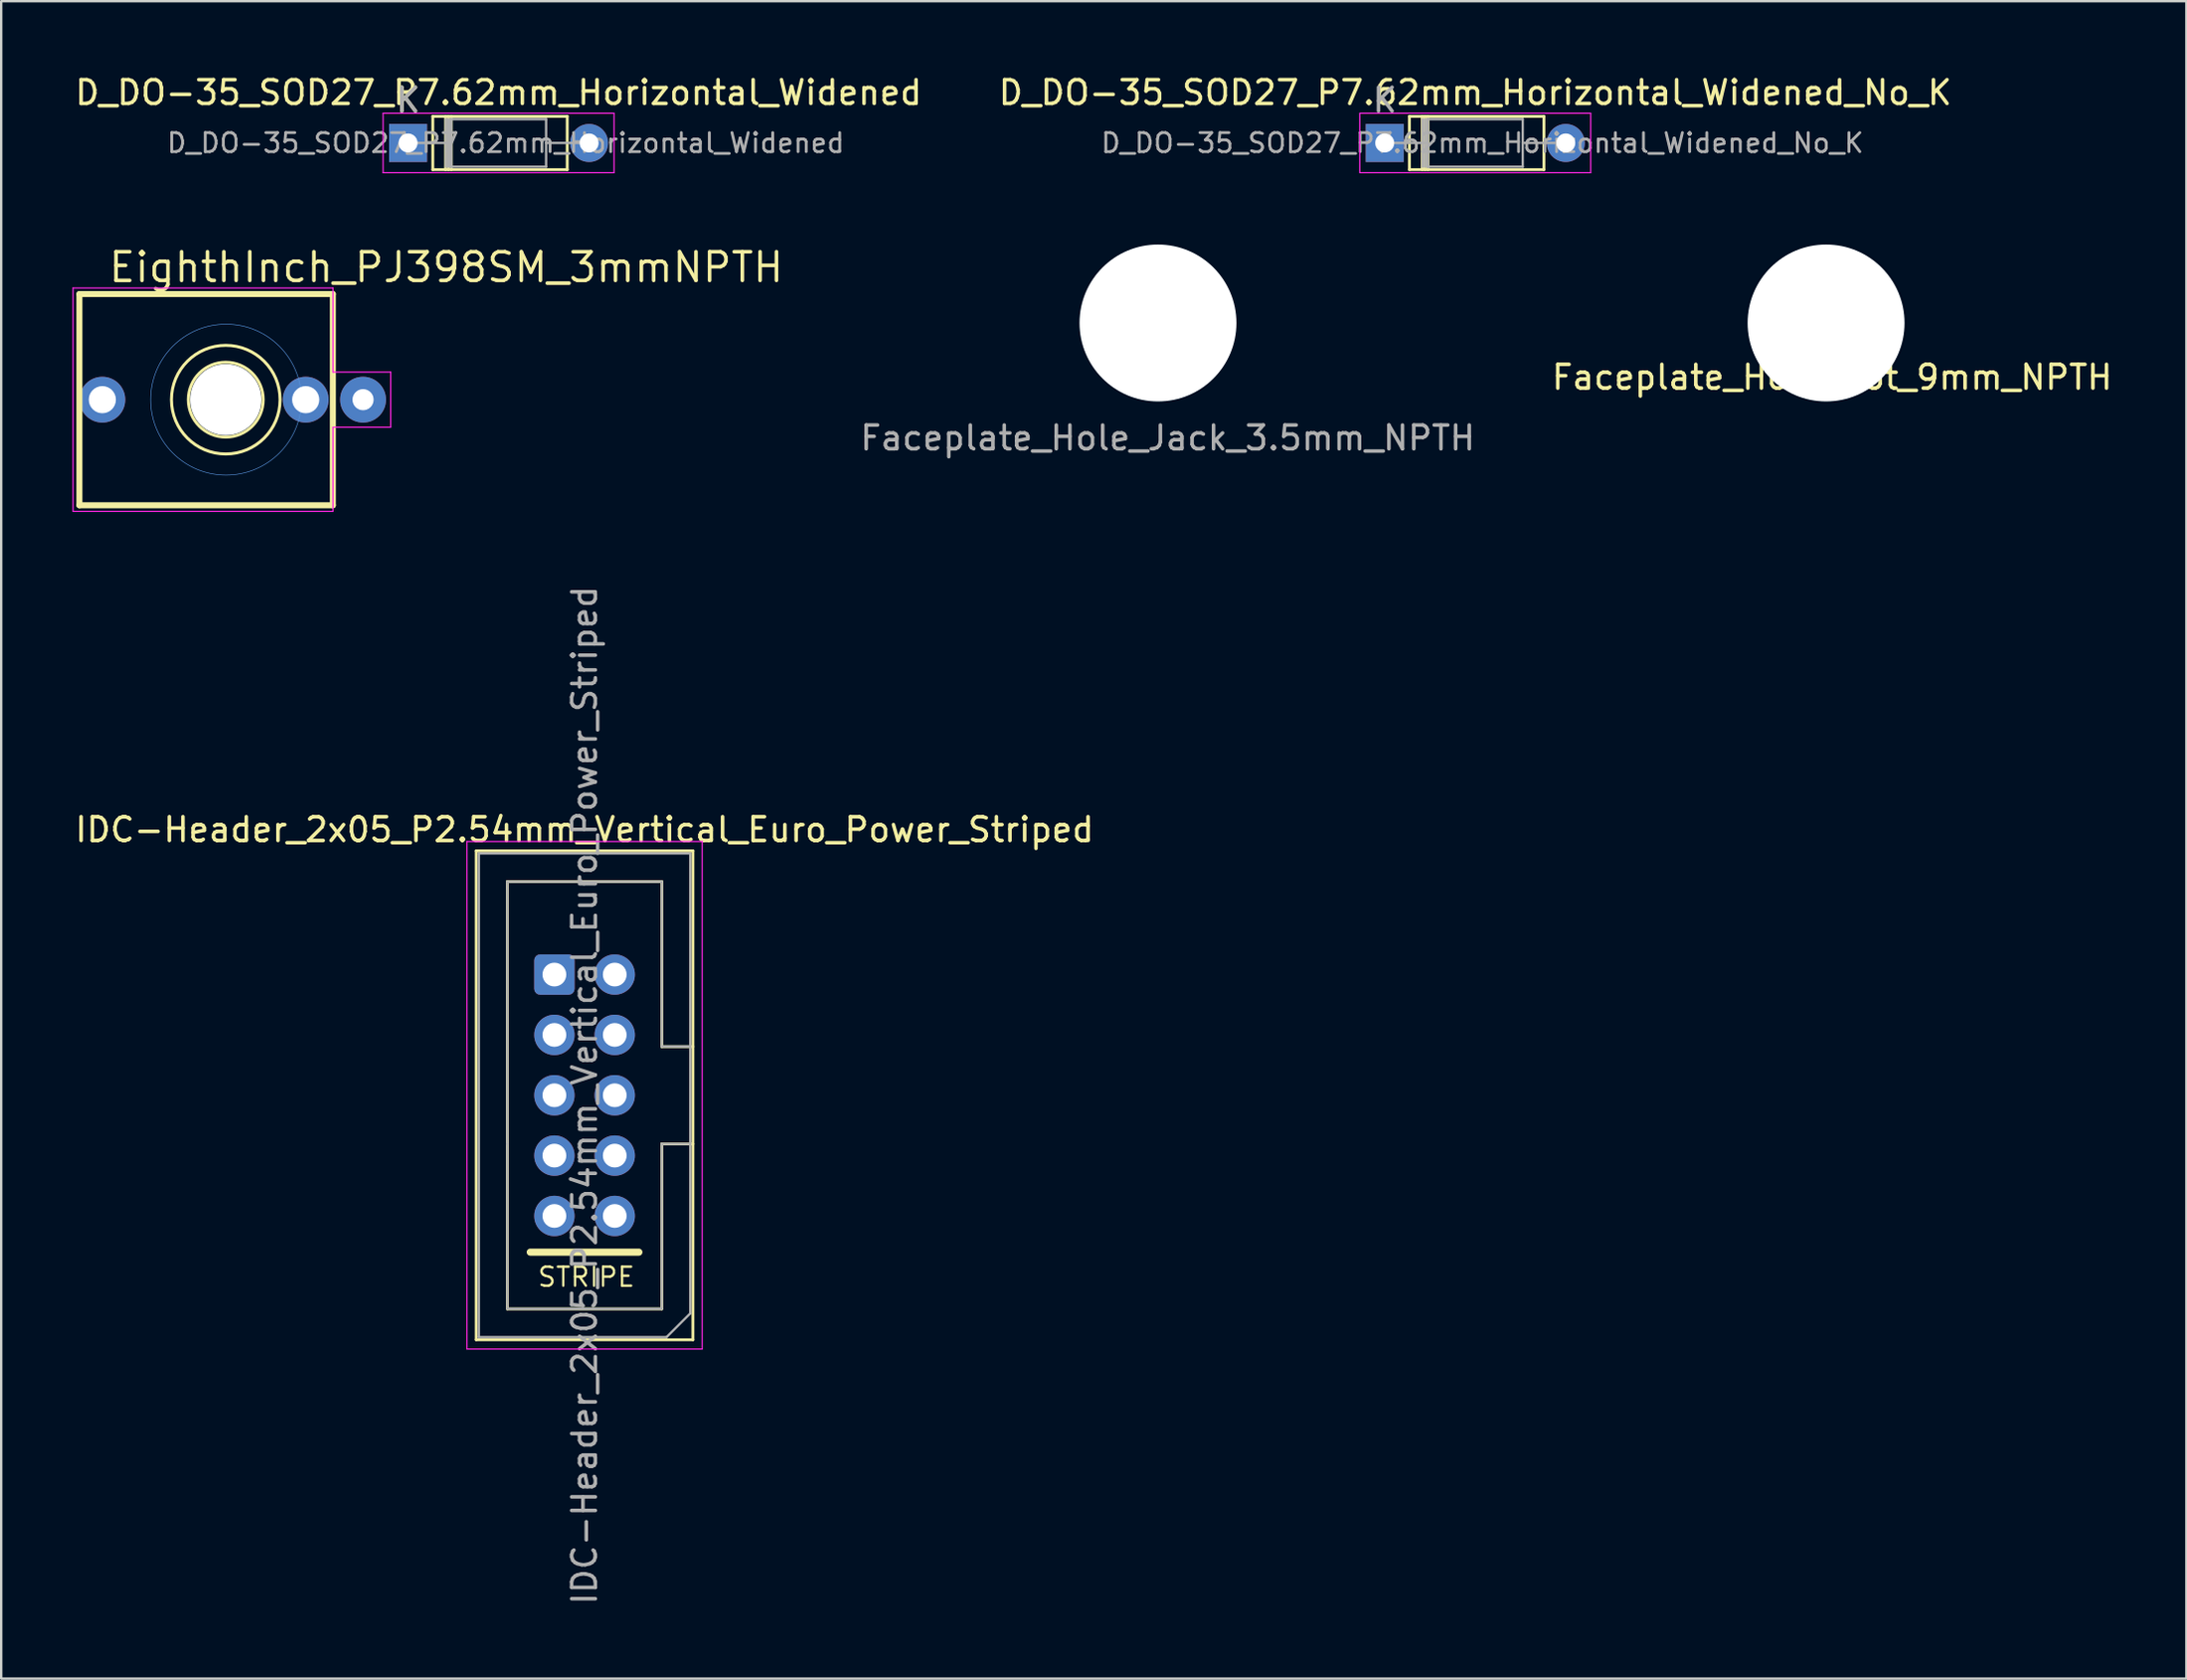
<source format=kicad_pcb>
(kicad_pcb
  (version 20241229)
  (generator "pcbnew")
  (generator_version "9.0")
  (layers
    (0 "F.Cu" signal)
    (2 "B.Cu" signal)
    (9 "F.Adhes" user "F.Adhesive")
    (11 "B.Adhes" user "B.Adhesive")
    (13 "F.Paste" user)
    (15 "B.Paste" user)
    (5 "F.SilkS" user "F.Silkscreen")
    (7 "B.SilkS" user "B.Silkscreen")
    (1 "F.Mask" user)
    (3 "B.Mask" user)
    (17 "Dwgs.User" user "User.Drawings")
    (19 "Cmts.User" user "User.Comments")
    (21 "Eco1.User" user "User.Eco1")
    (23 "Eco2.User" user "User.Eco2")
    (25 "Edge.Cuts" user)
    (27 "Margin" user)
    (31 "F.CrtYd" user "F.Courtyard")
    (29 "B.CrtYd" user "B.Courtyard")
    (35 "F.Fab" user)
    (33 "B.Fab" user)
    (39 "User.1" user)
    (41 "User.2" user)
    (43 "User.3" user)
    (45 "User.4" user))
  (footprint "IDC-Header_2x05_P2.54mm_Vertical_Euro_Power_Striped"
    (layer "F.Cu")
    (at 20.284 37.972)
    (property "Reference" "IDC-Header_2x05_P2.54mm_Vertical_Euro_Power_Striped" (at 1.27 -6.1 0) (layer "F.SilkS") (effects (font (size 1 1) (thickness 0.15))))
    (attr through_hole)
    (fp_line (start -3.29 -5.21) (end 5.83 -5.21) (stroke (width 0.12) (type solid)) (layer "F.SilkS"))
    (fp_line (start -3.29 15.37) (end -3.29 -5.21) (stroke (width 0.12) (type solid)) (layer "F.SilkS"))
    (fp_line (start -1.98 -3.91) (end 4.52 -3.91) (stroke (width 0.12) (type solid)) (layer "F.SilkS"))
    (fp_line (start -1.98 7.13) (end -1.98 7.13) (stroke (width 0.12) (type solid)) (layer "F.SilkS"))
    (fp_line (start -1.98 14.07) (end -1.98 -3.91) (stroke (width 0.12) (type solid)) (layer "F.SilkS"))
    (fp_line (start -1.016 11.684) (end 3.556 11.684) (stroke (width 0.3) (type default)) (layer "F.SilkS"))
    (fp_line (start 4.52 -3.91) (end 4.52 3.03) (stroke (width 0.12) (type solid)) (layer "F.SilkS"))
    (fp_line (start 4.52 3.03) (end 5.83 3.03) (stroke (width 0.12) (type solid)) (layer "F.SilkS"))
    (fp_line (start 4.52 7.13) (end 4.52 14.07) (stroke (width 0.12) (type solid)) (layer "F.SilkS"))
    (fp_line (start 4.52 14.07) (end -1.98 14.07) (stroke (width 0.12) (type solid)) (layer "F.SilkS"))
    (fp_line (start 5.83 -5.21) (end 5.83 15.37) (stroke (width 0.12) (type solid)) (layer "F.SilkS"))
    (fp_line (start 5.83 7.13) (end 4.52 7.13) (stroke (width 0.12) (type solid)) (layer "F.SilkS"))
    (fp_line (start 5.83 15.37) (end -3.29 15.37) (stroke (width 0.12) (type solid)) (layer "F.SilkS"))
    (fp_line (start -3.68 -5.6) (end -3.68 15.76) (stroke (width 0.05) (type solid)) (layer "F.CrtYd"))
    (fp_line (start -3.68 15.76) (end 6.22 15.76) (stroke (width 0.05) (type solid)) (layer "F.CrtYd"))
    (fp_line (start 6.22 -5.6) (end -3.68 -5.6) (stroke (width 0.05) (type solid)) (layer "F.CrtYd"))
    (fp_line (start 6.22 15.76) (end 6.22 -5.6) (stroke (width 0.05) (type solid)) (layer "F.CrtYd"))
    (fp_line (start -3.18 -5.1) (end 5.72 -5.1) (stroke (width 0.1) (type solid)) (layer "F.Fab"))
    (fp_line (start -3.18 15.26) (end -3.18 -5.1) (stroke (width 0.1) (type solid)) (layer "F.Fab"))
    (fp_line (start -1.98 -3.91) (end 4.52 -3.91) (stroke (width 0.1) (type solid)) (layer "F.Fab"))
    (fp_line (start -1.98 7.13) (end -1.98 7.13) (stroke (width 0.1) (type solid)) (layer "F.Fab"))
    (fp_line (start -1.98 14.07) (end -1.98 -3.91) (stroke (width 0.1) (type solid)) (layer "F.Fab"))
    (fp_line (start 4.52 -3.91) (end 4.52 3.03) (stroke (width 0.1) (type solid)) (layer "F.Fab"))
    (fp_line (start 4.52 3.03) (end 5.72 3.03) (stroke (width 0.1) (type solid)) (layer "F.Fab"))
    (fp_line (start 4.52 7.13) (end 4.52 14.07) (stroke (width 0.1) (type solid)) (layer "F.Fab"))
    (fp_line (start 4.52 14.07) (end -1.98 14.07) (stroke (width 0.1) (type solid)) (layer "F.Fab"))
    (fp_line (start 4.72 15.26) (end -3.18 15.26) (stroke (width 0.1) (type solid)) (layer "F.Fab"))
    (fp_line (start 5.72 -5.1) (end 5.72 14.26) (stroke (width 0.1) (type solid)) (layer "F.Fab"))
    (fp_line (start 5.72 7.13) (end 4.52 7.13) (stroke (width 0.1) (type solid)) (layer "F.Fab"))
    (fp_line (start 5.72 14.26) (end 4.72 15.26) (stroke (width 0.1) (type solid)) (layer "F.Fab"))
    (fp_text user "STRIPE" (at -0.759 13.196 0) (unlocked yes) (layer "F.SilkS") (effects (font (size 0.8 0.8) (thickness 0.1)) (justify left bottom)))
    (fp_text user "${REFERENCE}" (at 1.27 5.08 90) (layer "F.Fab") (effects (font (size 1 1) (thickness 0.15))))
    (pad "1" thru_hole roundrect (at 0 0) (size 1.7 1.7) (drill 1) (layers "*.Cu" "*.Mask") (roundrect_rratio 0.147))
    (pad "2" thru_hole circle (at 2.54 0) (size 1.7 1.7) (drill 1) (layers "*.Cu" "*.Mask"))
    (pad "3" thru_hole circle (at 0 2.54) (size 1.7 1.7) (drill 1) (layers "*.Cu" "*.Mask"))
    (pad "4" thru_hole circle (at 2.54 2.54) (size 1.7 1.7) (drill 1) (layers "*.Cu" "*.Mask"))
    (pad "5" thru_hole circle (at 0 5.08) (size 1.7 1.7) (drill 1) (layers "*.Cu" "*.Mask"))
    (pad "6" thru_hole circle (at 2.54 5.08) (size 1.7 1.7) (drill 1) (layers "*.Cu" "*.Mask"))
    (pad "7" thru_hole circle (at 0 7.62) (size 1.7 1.7) (drill 1) (layers "*.Cu" "*.Mask"))
    (pad "8" thru_hole circle (at 2.54 7.62) (size 1.7 1.7) (drill 1) (layers "*.Cu" "*.Mask"))
    (pad "9" thru_hole circle (at 0 10.16) (size 1.7 1.7) (drill 1) (layers "*.Cu" "*.Mask"))
    (pad "10" thru_hole circle (at 2.54 10.16) (size 1.7 1.7) (drill 1) (layers "*.Cu" "*.Mask")))
  (footprint "Faceplate_Hole_Pot_9mm_NPTH"
    (layer "F.Cu")
    (at 73.809 10.545)
    (property "Reference" "Faceplate_Hole_Pot_9mm_NPTH" (at 0.254 2.286 0) (layer "F.SilkS") (effects (font (size 1 1) (thickness 0.15))))
    (attr through_hole)
    (fp_line (start -0.508 0) (end 0.508 0) (stroke (width 0.15) (type solid)) (layer "F.Fab"))
    (fp_line (start 0 -0.508) (end 0 0.508) (stroke (width 0.15) (type solid)) (layer "F.Fab"))
    (pad "" np_thru_hole circle (at 0 0) (size 6.604 6.604) (drill 6.604) (layers "*.Cu" "*.Mask")))
  (footprint "D_DO-35_SOD27_P7.62mm_Horizontal_Widened"
    (layer "F.Cu")
    (at 14.125 2.968)
    (property "Reference" "D_DO-35_SOD27_P7.62mm_Horizontal_Widened" (at 3.81 -2.12 0) (layer "F.SilkS") (effects (font (size 1 1) (thickness 0.15))))
    (attr through_hole)
    (fp_line (start 1.04 -1.12) (end 1.04 1.12) (stroke (width 0.12) (type solid)) (layer "F.SilkS"))
    (fp_line (start 1.04 1.12) (end 6.7 1.12) (stroke (width 0.12) (type solid)) (layer "F.SilkS"))
    (fp_line (start 1.58 -1.12) (end 1.58 1.12) (stroke (width 0.12) (type solid)) (layer "F.SilkS"))
    (fp_line (start 1.7 -1.12) (end 1.7 1.12) (stroke (width 0.12) (type solid)) (layer "F.SilkS"))
    (fp_line (start 1.82 -1.12) (end 1.82 1.12) (stroke (width 0.12) (type solid)) (layer "F.SilkS"))
    (fp_line (start 6.7 -1.12) (end 1.04 -1.12) (stroke (width 0.12) (type solid)) (layer "F.SilkS"))
    (fp_line (start 6.7 1.12) (end 6.7 -1.12) (stroke (width 0.12) (type solid)) (layer "F.SilkS"))
    (fp_line (start -1.05 -1.25) (end -1.05 1.25) (stroke (width 0.05) (type solid)) (layer "F.CrtYd"))
    (fp_line (start -1.05 1.25) (end 8.67 1.25) (stroke (width 0.05) (type solid)) (layer "F.CrtYd"))
    (fp_line (start 8.67 -1.25) (end -1.05 -1.25) (stroke (width 0.05) (type solid)) (layer "F.CrtYd"))
    (fp_line (start 8.67 1.25) (end 8.67 -1.25) (stroke (width 0.05) (type solid)) (layer "F.CrtYd"))
    (fp_line (start 0 0) (end 1.81 0) (stroke (width 0.1) (type solid)) (layer "F.Fab"))
    (fp_line (start 1.6 -1) (end 1.6 1) (stroke (width 0.1) (type solid)) (layer "F.Fab"))
    (fp_line (start 1.7 -1) (end 1.7 1) (stroke (width 0.1) (type solid)) (layer "F.Fab"))
    (fp_line (start 1.8 -1) (end 1.8 1) (stroke (width 0.1) (type solid)) (layer "F.Fab"))
    (fp_line (start 1.81 -1) (end 1.81 1) (stroke (width 0.1) (type solid)) (layer "F.Fab"))
    (fp_line (start 1.81 1) (end 5.81 1) (stroke (width 0.1) (type solid)) (layer "F.Fab"))
    (fp_line (start 5.81 -1) (end 1.81 -1) (stroke (width 0.1) (type solid)) (layer "F.Fab"))
    (fp_line (start 5.81 1) (end 5.81 -1) (stroke (width 0.1) (type solid)) (layer "F.Fab"))
    (fp_line (start 7.62 0) (end 5.81 0) (stroke (width 0.1) (type solid)) (layer "F.Fab"))
    (fp_text user "K" (at 0 -1.8 0) (layer "F.SilkS") (effects (font (size 1 1) (thickness 0.15))))
    (fp_text user "${REFERENCE}" (at 4.11 0 0) (layer "F.Fab") (effects (font (size 0.8 0.8) (thickness 0.12))))
    (fp_text user "K" (at 0 -1.8 0) (layer "F.Fab") (effects (font (size 1 1) (thickness 0.15))))
    (pad "1" thru_hole rect (at 0 0) (size 1.6 1.6) (drill 0.8) (layers "*.Cu" "*.Mask"))
    (pad "2" thru_hole oval (at 7.62 0) (size 1.6 1.6) (drill 0.8) (layers "*.Cu" "*.Mask")))
  (footprint "EighthInch_PJ398SM_3mmNPTH"
    (layer "F.Cu")
    (at 6.465 13.773)
    (property "Reference" "EighthInch_PJ398SM_3mmNPTH" (at -5.017 -4.866 0) (layer "F.SilkS") (effects (font (size 1.206 1.206) (thickness 0.152)) (justify left bottom)))
    (attr through_hole)
    (fp_line (start -6.172 -4.445) (end -6.172 4.445) (stroke (width 0.254) (type solid)) (layer "F.SilkS"))
    (fp_line (start -6.172 4.445) (end 4.496 4.445) (stroke (width 0.254) (type solid)) (layer "F.SilkS"))
    (fp_line (start 4.496 -4.445) (end -6.172 -4.445) (stroke (width 0.254) (type solid)) (layer "F.SilkS"))
    (fp_line (start 4.496 4.445) (end 4.496 -4.445) (stroke (width 0.254) (type solid)) (layer "F.SilkS"))
    (fp_circle (center -0.013 0) (end 1.562 0) (stroke (width 0.127) (type solid)) (fill no) (layer "F.SilkS"))
    (fp_circle (center -0.013 0) (end 2.273 0) (stroke (width 0.127) (type solid)) (fill no) (layer "F.SilkS"))
    (fp_circle (center 0 0) (end 3.175 0) (stroke (width 0.025) (type solid)) (fill no) (layer "Cmts.User"))
    (fp_line (start -6.44 -4.7) (end -6.44 4.7) (stroke (width 0.05) (type solid)) (layer "F.CrtYd"))
    (fp_line (start -6.44 -4.7) (end 4.5 -4.7) (stroke (width 0.05) (type solid)) (layer "F.CrtYd"))
    (fp_line (start -6.44 4.7) (end 4.5 4.7) (stroke (width 0.05) (type solid)) (layer "F.CrtYd"))
    (fp_line (start 4.5 -4.7) (end 4.5 -1.16) (stroke (width 0.05) (type solid)) (layer "F.CrtYd"))
    (fp_line (start 4.5 -1.16) (end 6.93 -1.16) (stroke (width 0.05) (type solid)) (layer "F.CrtYd"))
    (fp_line (start 4.5 1.16) (end 4.5 4.7) (stroke (width 0.05) (type solid)) (layer "F.CrtYd"))
    (fp_line (start 6.93 -1.16) (end 6.93 1.16) (stroke (width 0.05) (type solid)) (layer "F.CrtYd"))
    (fp_line (start 6.93 1.16) (end 4.5 1.16) (stroke (width 0.05) (type solid)) (layer "F.CrtYd"))
    (pad "" np_thru_hole circle (at -0.013 0) (size 3 3) (drill 3) (layers "*.Cu" "*.Mask"))
    (pad "1" thru_hole circle (at -5.207 0) (size 1.93 1.93) (drill 1.143) (layers "*.Cu" "*.Mask"))
    (pad "2" thru_hole circle (at 5.766 0) (size 1.93 1.93) (drill 0.889) (layers "*.Cu" "*.Mask"))
    (pad "3" thru_hole circle (at 3.353 0) (size 1.93 1.93) (drill 1.143) (layers "*.Cu" "*.Mask")))
  (footprint "D_DO-35_SOD27_P7.62mm_Horizontal_Widened_No_K"
    (layer "F.Cu")
    (at 55.232 2.968)
    (property "Reference" "D_DO-35_SOD27_P7.62mm_Horizontal_Widened_No_K" (at 3.81 -2.12 180) (layer "F.SilkS") (effects (font (size 1 1) (thickness 0.15))))
    (attr through_hole)
    (fp_line (start 1.04 -1.12) (end 1.04 1.12) (stroke (width 0.12) (type solid)) (layer "F.SilkS"))
    (fp_line (start 1.04 1.12) (end 6.7 1.12) (stroke (width 0.12) (type solid)) (layer "F.SilkS"))
    (fp_line (start 1.58 -1.12) (end 1.58 1.12) (stroke (width 0.12) (type solid)) (layer "F.SilkS"))
    (fp_line (start 1.7 -1.12) (end 1.7 1.12) (stroke (width 0.12) (type solid)) (layer "F.SilkS"))
    (fp_line (start 1.82 -1.12) (end 1.82 1.12) (stroke (width 0.12) (type solid)) (layer "F.SilkS"))
    (fp_line (start 6.7 -1.12) (end 1.04 -1.12) (stroke (width 0.12) (type solid)) (layer "F.SilkS"))
    (fp_line (start 6.7 1.12) (end 6.7 -1.12) (stroke (width 0.12) (type solid)) (layer "F.SilkS"))
    (fp_line (start -1.05 -1.25) (end -1.05 1.25) (stroke (width 0.05) (type solid)) (layer "F.CrtYd"))
    (fp_line (start -1.05 1.25) (end 8.67 1.25) (stroke (width 0.05) (type solid)) (layer "F.CrtYd"))
    (fp_line (start 8.67 -1.25) (end -1.05 -1.25) (stroke (width 0.05) (type solid)) (layer "F.CrtYd"))
    (fp_line (start 8.67 1.25) (end 8.67 -1.25) (stroke (width 0.05) (type solid)) (layer "F.CrtYd"))
    (fp_line (start 0 0) (end 1.81 0) (stroke (width 0.1) (type solid)) (layer "F.Fab"))
    (fp_line (start 1.6 -1) (end 1.6 1) (stroke (width 0.1) (type solid)) (layer "F.Fab"))
    (fp_line (start 1.7 -1) (end 1.7 1) (stroke (width 0.1) (type solid)) (layer "F.Fab"))
    (fp_line (start 1.8 -1) (end 1.8 1) (stroke (width 0.1) (type solid)) (layer "F.Fab"))
    (fp_line (start 1.81 -1) (end 1.81 1) (stroke (width 0.1) (type solid)) (layer "F.Fab"))
    (fp_line (start 1.81 1) (end 5.81 1) (stroke (width 0.1) (type solid)) (layer "F.Fab"))
    (fp_line (start 5.81 -1) (end 1.81 -1) (stroke (width 0.1) (type solid)) (layer "F.Fab"))
    (fp_line (start 5.81 1) (end 5.81 -1) (stroke (width 0.1) (type solid)) (layer "F.Fab"))
    (fp_line (start 7.62 0) (end 5.81 0) (stroke (width 0.1) (type solid)) (layer "F.Fab"))
    (fp_text user "K" (at 0 -1.8 180) (layer "F.Fab") (effects (font (size 1 1) (thickness 0.15))))
    (fp_text user "${REFERENCE}" (at 4.11 0 180) (layer "F.Fab") (effects (font (size 0.8 0.8) (thickness 0.12))))
    (pad "1" thru_hole rect (at 0 0) (size 1.6 1.6) (drill 0.8) (layers "*.Cu" "*.Mask"))
    (pad "2" thru_hole oval (at 7.62 0) (size 1.6 1.6) (drill 0.8) (layers "*.Cu" "*.Mask")))
  (footprint "Faceplate_Hole_Jack_3.5mm_NPTH"
    (layer "F.Cu")
    (at 45.689 10.545)
    (property "Reference" "Faceplate_Hole_Jack_3.5mm_NPTH" (at 0.41 4.84 0) (layer "F.Fab") (effects (font (size 1 1) (thickness 0.15))))
    (attr through_hole)
    (fp_line (start -0.508 0) (end 0.508 0) (stroke (width 0.15) (type solid)) (layer "F.Fab"))
    (fp_line (start 0 -0.508) (end 0 0.508) (stroke (width 0.15) (type solid)) (layer "F.Fab"))
    (pad "" np_thru_hole circle (at 0 0) (size 6.604 6.604) (drill 6.604) (layers "*.Cu" "*.Mask")))
  (gr_rect
    (start -3 -3)
    (end 88.974 67.605)
    (stroke (width 0.1) (type default))
    (fill no)
    (layer "Edge.Cuts")))
</source>
